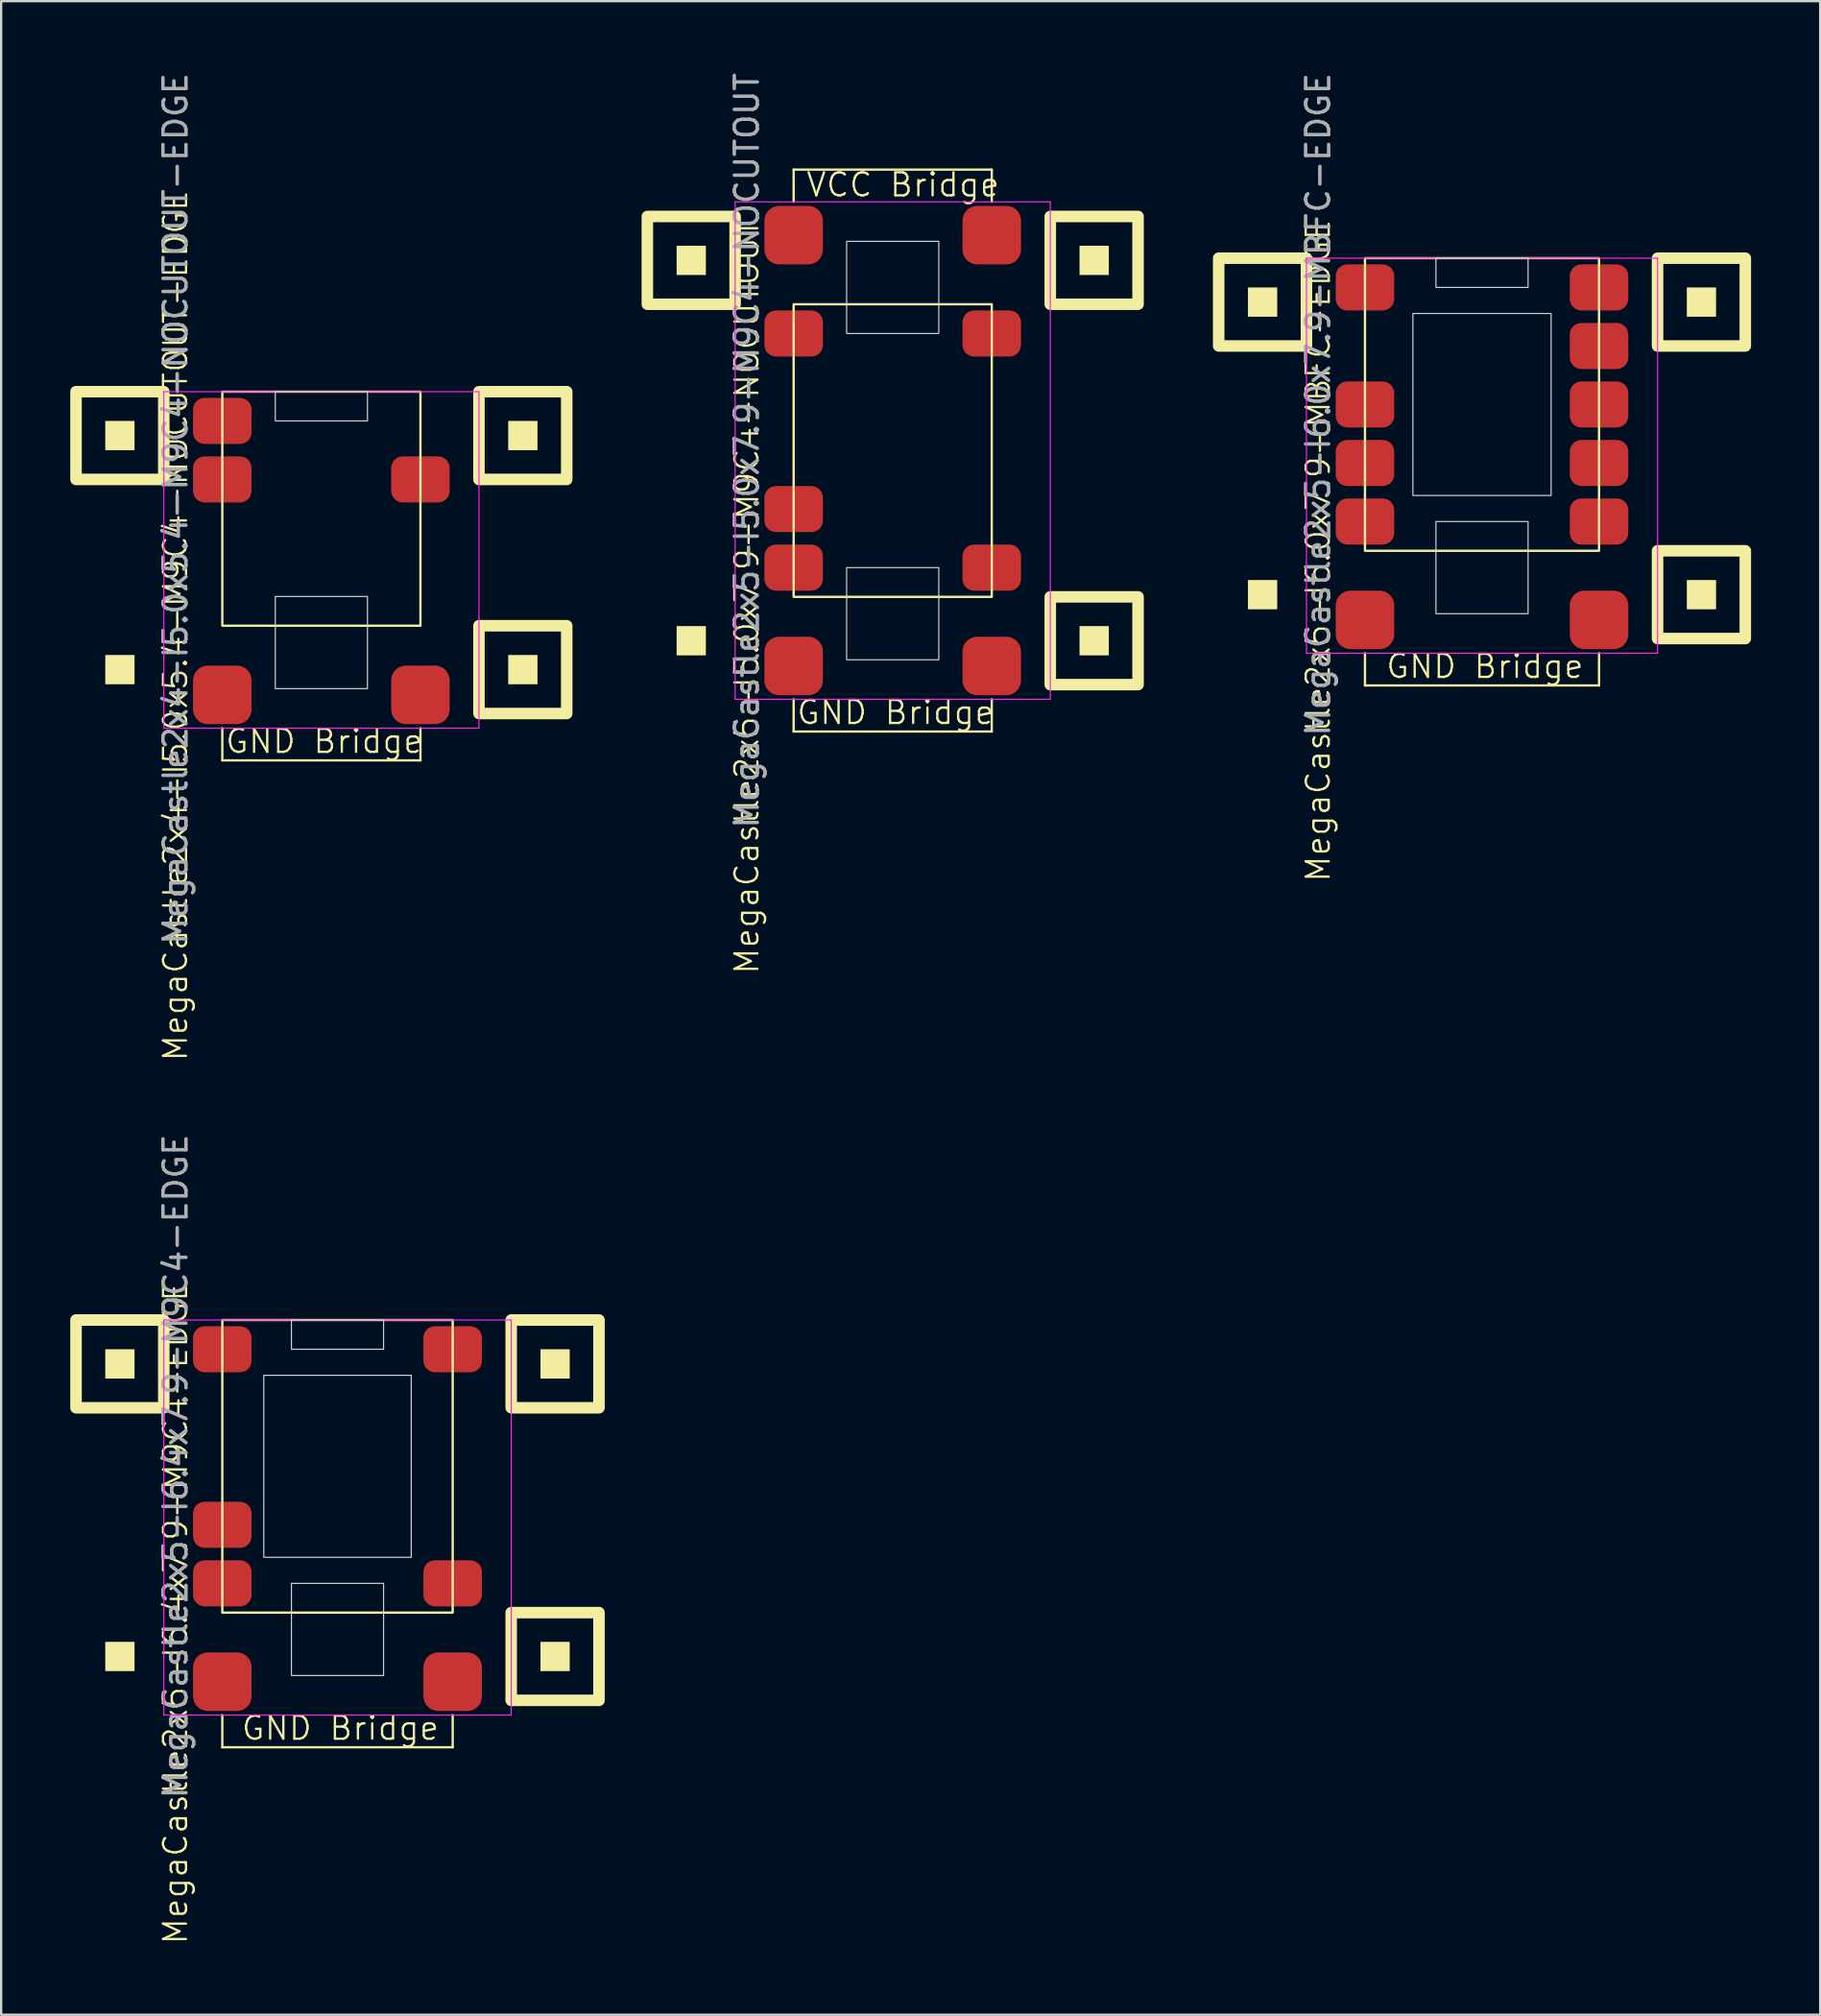
<source format=kicad_pcb>
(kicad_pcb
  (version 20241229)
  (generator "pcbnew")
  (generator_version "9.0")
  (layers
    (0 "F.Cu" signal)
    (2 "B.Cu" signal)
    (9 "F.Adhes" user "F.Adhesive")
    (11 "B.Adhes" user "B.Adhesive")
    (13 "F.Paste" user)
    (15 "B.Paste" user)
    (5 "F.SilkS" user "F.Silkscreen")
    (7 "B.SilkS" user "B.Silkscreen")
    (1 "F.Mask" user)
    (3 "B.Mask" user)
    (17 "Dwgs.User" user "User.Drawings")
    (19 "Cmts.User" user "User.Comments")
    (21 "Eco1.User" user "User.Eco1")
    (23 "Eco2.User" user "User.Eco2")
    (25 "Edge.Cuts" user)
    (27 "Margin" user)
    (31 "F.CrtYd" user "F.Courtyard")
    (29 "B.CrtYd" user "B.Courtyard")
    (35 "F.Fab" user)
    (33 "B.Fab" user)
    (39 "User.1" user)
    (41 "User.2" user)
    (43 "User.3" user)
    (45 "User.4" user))
  (footprint "MegaCastle2x4-I5.0x5.4-M9C4-NOCUTOUT-EDGE"
    (layer "F.Cu")
    (at 10.9 19.03)
    (property "Reference" "MegaCastle2x4-I5.0x5.4-M9C4-NOCUTOUT-EDGE" (at -6.332 5.08 90) (unlocked yes) (layer "F.SilkS") (effects (font (size 1 1) (thickness 0.1))))
    (attr smd)
    (fp_line (start -4.3 9.525) (end -4.3 10.925) (stroke (width 0.1) (type default)) (layer "F.SilkS"))
    (fp_line (start -4.3 10.925) (end 4.3 10.925) (stroke (width 0.1) (type default)) (layer "F.SilkS"))
    (fp_line (start 4.3 9.525) (end 4.3 10.925) (stroke (width 0.1) (type default)) (layer "F.SilkS"))
    (fp_rect (start -8.11 -2.54) (end -9.38 -3.81) (stroke (width 0) (type solid)) (fill yes) (layer "F.SilkS"))
    (fp_rect (start -8.11 7.62) (end -9.38 6.35) (stroke (width 0) (type solid)) (fill yes) (layer "F.SilkS"))
    (fp_rect (start -6.84 -1.27) (end -10.65 -5.08) (stroke (width 0.5) (type default)) (fill no) (layer "F.SilkS"))
    (fp_rect (start -4.3 -5.08) (end 4.3 5.08) (stroke (width 0.1) (type default)) (fill no) (layer "F.SilkS"))
    (fp_rect (start 9.38 -2.54) (end 8.11 -3.81) (stroke (width 0) (type solid)) (fill yes) (layer "F.SilkS"))
    (fp_rect (start 9.38 7.62) (end 8.11 6.35) (stroke (width 0) (type solid)) (fill yes) (layer "F.SilkS"))
    (fp_rect (start 10.65 -1.27) (end 6.84 -5.08) (stroke (width 0.5) (type default)) (fill no) (layer "F.SilkS"))
    (fp_rect (start 10.65 8.89) (end 6.84 5.08) (stroke (width 0.5) (type default)) (fill no) (layer "F.SilkS"))
    (fp_rect (start -2 -3.81) (end 2 -5.08) (stroke (width 0.05) (type default)) (fill no) (layer "Edge.Cuts"))
    (fp_rect (start -2 3.81) (end 2 7.81) (stroke (width 0.05) (type default)) (fill no) (layer "Edge.Cuts"))
    (fp_line (start -6.84 -5.08) (end -6.84 9.525) (stroke (width 0.05) (type default)) (layer "F.CrtYd"))
    (fp_line (start -6.84 9.525) (end 6.84 9.525) (stroke (width 0.05) (type default)) (layer "F.CrtYd"))
    (fp_line (start 6.84 -5.08) (end -6.84 -5.08) (stroke (width 0.05) (type default)) (layer "F.CrtYd"))
    (fp_line (start 6.84 -5.08) (end 6.84 9.525) (stroke (width 0.05) (type default)) (layer "F.CrtYd"))
    (fp_text user "GND Bridge" (at -4.226 10.68 0) (unlocked yes) (layer "F.SilkS") (effects (font (size 1 1) (thickness 0.1)) (justify left bottom)))
    (fp_text user "${REFERENCE}" (at -6.332 0 90) (unlocked yes) (layer "F.Fab") (effects (font (size 1 1) (thickness 0.15))))
    (pad "1" smd roundrect (at -4.3 -3.81) (size 2.54 2) (layers "F.Cu" "F.Mask" "F.Paste") (roundrect_rratio 0.25))
    (pad "2" smd roundrect (at -4.3 -1.27) (size 2.54 2) (layers "F.Cu" "F.Mask" "F.Paste") (roundrect_rratio 0.25))
    (pad "6" smd roundrect (at 4.3 -1.27) (size 2.54 2) (layers "F.Cu" "F.Mask" "F.Paste") (roundrect_rratio 0.25))
    (pad "B1" smd roundrect (at -4.3 8.08) (size 2.54 2.54) (layers "F.Cu" "F.Mask" "F.Paste") (roundrect_rratio 0.25))
    (pad "B2" smd roundrect (at 4.3 8.08) (size 2.54 2.54) (layers "F.Cu" "F.Mask" "F.Paste") (roundrect_rratio 0.25)))
  (footprint "MegaCastle2x5-I6.4x7.9-M9C4-EDGE"
    (layer "F.Cu")
    (at 11.6 60.594)
    (property "Reference" "MegaCastle2x5-I6.4x7.9-M9C4-EDGE" (at -7.032 6.35 90) (unlocked yes) (layer "F.SilkS") (effects (font (size 1 1) (thickness 0.1))))
    (attr smd)
    (fp_line (start -5 10.795) (end -5 12.195) (stroke (width 0.1) (type default)) (layer "F.SilkS"))
    (fp_line (start -5 12.195) (end 5 12.195) (stroke (width 0.1) (type default)) (layer "F.SilkS"))
    (fp_line (start 5 10.795) (end 5 12.195) (stroke (width 0.1) (type default)) (layer "F.SilkS"))
    (fp_rect (start -8.81 -3.81) (end -10.08 -5.08) (stroke (width 0) (type solid)) (fill yes) (layer "F.SilkS"))
    (fp_rect (start -8.81 8.89) (end -10.08 7.62) (stroke (width 0) (type solid)) (fill yes) (layer "F.SilkS"))
    (fp_rect (start -7.54 -2.54) (end -11.35 -6.35) (stroke (width 0.5) (type default)) (fill no) (layer "F.SilkS"))
    (fp_rect (start -5 -6.35) (end 5 6.35) (stroke (width 0.1) (type default)) (fill no) (layer "F.SilkS"))
    (fp_rect (start 10.08 -3.81) (end 8.81 -5.08) (stroke (width 0) (type solid)) (fill yes) (layer "F.SilkS"))
    (fp_rect (start 10.08 8.89) (end 8.81 7.62) (stroke (width 0) (type solid)) (fill yes) (layer "F.SilkS"))
    (fp_rect (start 11.35 -2.54) (end 7.54 -6.35) (stroke (width 0.5) (type default)) (fill no) (layer "F.SilkS"))
    (fp_rect (start 11.35 10.16) (end 7.54 6.35) (stroke (width 0.5) (type default)) (fill no) (layer "F.SilkS"))
    (fp_rect (start -3.2 -3.95) (end 3.2 3.95) (stroke (width 0.05) (type default)) (fill no) (layer "Edge.Cuts"))
    (fp_rect (start -2 -5.08) (end 2 -6.35) (stroke (width 0.05) (type default)) (fill no) (layer "Edge.Cuts"))
    (fp_rect (start -2 5.08) (end 2 9.08) (stroke (width 0.05) (type default)) (fill no) (layer "Edge.Cuts"))
    (fp_line (start -7.54 -6.35) (end -7.54 10.795) (stroke (width 0.05) (type default)) (layer "F.CrtYd"))
    (fp_line (start -7.54 10.795) (end 7.54 10.795) (stroke (width 0.05) (type default)) (layer "F.CrtYd"))
    (fp_line (start 7.54 -6.35) (end -7.54 -6.35) (stroke (width 0.05) (type default)) (layer "F.CrtYd"))
    (fp_line (start 7.54 -6.35) (end 7.54 10.795) (stroke (width 0.05) (type default)) (layer "F.CrtYd"))
    (fp_text user "GND Bridge" (at -4.226 11.95 0) (unlocked yes) (layer "F.SilkS") (effects (font (size 1 1) (thickness 0.1)) (justify left bottom)))
    (fp_text user "${REFERENCE}" (at -7.032 0 90) (unlocked yes) (layer "F.Fab") (effects (font (size 1 1) (thickness 0.15))))
    (pad "1" smd roundrect (at -5 -5.08) (size 2.54 2) (layers "F.Cu" "F.Mask" "F.Paste") (roundrect_rratio 0.25))
    (pad "4" smd roundrect (at -5 2.54) (size 2.54 2) (layers "F.Cu" "F.Mask" "F.Paste") (roundrect_rratio 0.25))
    (pad "5" smd roundrect (at -5 5.08) (size 2.54 2) (layers "F.Cu" "F.Mask" "F.Paste") (roundrect_rratio 0.25))
    (pad "6" smd roundrect (at 5 -5.08) (size 2.54 2) (layers "F.Cu" "F.Mask" "F.Paste") (roundrect_rratio 0.25))
    (pad "10" smd roundrect (at 5 5.08) (size 2.54 2) (layers "F.Cu" "F.Mask" "F.Paste") (roundrect_rratio 0.25))
    (pad "B1" smd roundrect (at -5 9.35) (size 2.54 2.54) (layers "F.Cu" "F.Mask" "F.Paste") (roundrect_rratio 0.25))
    (pad "B2" smd roundrect (at 5 9.35) (size 2.54 2.54) (layers "F.Cu" "F.Mask" "F.Paste") (roundrect_rratio 0.25)))
  (footprint "MegaCastle2x5-I6.0x7.9-MBFC-EDGE"
    (layer "F.Cu")
    (at 61.28 14.506)
    (property "Reference" "MegaCastle2x5-I6.0x7.9-MBFC-EDGE" (at -7.112 6.35 90) (unlocked yes) (layer "F.SilkS") (effects (font (size 1 1) (thickness 0.1))))
    (attr smd)
    (fp_line (start -5.08 10.795) (end -5.08 12.195) (stroke (width 0.1) (type default)) (layer "F.SilkS"))
    (fp_line (start -5.08 12.195) (end 5.08 12.195) (stroke (width 0.1) (type default)) (layer "F.SilkS"))
    (fp_line (start 5.08 10.795) (end 5.08 12.195) (stroke (width 0.1) (type default)) (layer "F.SilkS"))
    (fp_rect (start -8.89 -3.81) (end -10.16 -5.08) (stroke (width 0) (type solid)) (fill yes) (layer "F.SilkS"))
    (fp_rect (start -8.89 8.89) (end -10.16 7.62) (stroke (width 0) (type solid)) (fill yes) (layer "F.SilkS"))
    (fp_rect (start -7.62 -2.54) (end -11.43 -6.35) (stroke (width 0.5) (type default)) (fill no) (layer "F.SilkS"))
    (fp_rect (start -5.08 -6.35) (end 5.08 6.35) (stroke (width 0.1) (type default)) (fill no) (layer "F.SilkS"))
    (fp_rect (start 10.16 -3.81) (end 8.89 -5.08) (stroke (width 0) (type solid)) (fill yes) (layer "F.SilkS"))
    (fp_rect (start 10.16 8.89) (end 8.89 7.62) (stroke (width 0) (type solid)) (fill yes) (layer "F.SilkS"))
    (fp_rect (start 11.43 -2.54) (end 7.62 -6.35) (stroke (width 0.5) (type default)) (fill no) (layer "F.SilkS"))
    (fp_rect (start 11.43 10.16) (end 7.62 6.35) (stroke (width 0.5) (type default)) (fill no) (layer "F.SilkS"))
    (fp_rect (start -3 -3.95) (end 3 3.95) (stroke (width 0.05) (type default)) (fill no) (layer "Edge.Cuts"))
    (fp_rect (start -2 -5.08) (end 2 -6.35) (stroke (width 0.05) (type default)) (fill no) (layer "Edge.Cuts"))
    (fp_rect (start -2 5.08) (end 2 9.08) (stroke (width 0.05) (type default)) (fill no) (layer "Edge.Cuts"))
    (fp_line (start -7.62 -6.35) (end -7.62 10.795) (stroke (width 0.05) (type default)) (layer "F.CrtYd"))
    (fp_line (start -7.62 10.795) (end 7.62 10.795) (stroke (width 0.05) (type default)) (layer "F.CrtYd"))
    (fp_line (start 7.62 -6.35) (end -7.62 -6.35) (stroke (width 0.05) (type default)) (layer "F.CrtYd"))
    (fp_line (start 7.62 -6.35) (end 7.62 10.795) (stroke (width 0.05) (type default)) (layer "F.CrtYd"))
    (fp_text user "GND Bridge" (at -4.226 11.95 0) (unlocked yes) (layer "F.SilkS") (effects (font (size 1 1) (thickness 0.1)) (justify left bottom)))
    (fp_text user "${REFERENCE}" (at -7.112 0 90) (unlocked yes) (layer "F.Fab") (effects (font (size 1 1) (thickness 0.15))))
    (pad "1" smd roundrect (at -5.08 -5.08) (size 2.54 2) (layers "F.Cu" "F.Mask" "F.Paste") (roundrect_rratio 0.25))
    (pad "3" smd roundrect (at -5.08 0) (size 2.54 2) (layers "F.Cu" "F.Mask" "F.Paste") (roundrect_rratio 0.25))
    (pad "4" smd roundrect (at -5.08 2.54) (size 2.54 2) (layers "F.Cu" "F.Mask" "F.Paste") (roundrect_rratio 0.25))
    (pad "5" smd roundrect (at -5.08 5.08) (size 2.54 2) (layers "F.Cu" "F.Mask" "F.Paste") (roundrect_rratio 0.25))
    (pad "6" smd roundrect (at 5.08 -5.08) (size 2.54 2) (layers "F.Cu" "F.Mask" "F.Paste") (roundrect_rratio 0.25))
    (pad "7" smd roundrect (at 5.08 -2.54) (size 2.54 2) (layers "F.Cu" "F.Mask" "F.Paste") (roundrect_rratio 0.25))
    (pad "8" smd roundrect (at 5.08 0) (size 2.54 2) (layers "F.Cu" "F.Mask" "F.Paste") (roundrect_rratio 0.25))
    (pad "9" smd roundrect (at 5.08 2.54) (size 2.54 2) (layers "F.Cu" "F.Mask" "F.Paste") (roundrect_rratio 0.25))
    (pad "10" smd roundrect (at 5.08 5.08) (size 2.54 2) (layers "F.Cu" "F.Mask" "F.Paste") (roundrect_rratio 0.25))
    (pad "B1" smd roundrect (at -5.08 9.35) (size 2.54 2.54) (layers "F.Cu" "F.Mask" "F.Paste") (roundrect_rratio 0.25))
    (pad "B2" smd roundrect (at 5.08 9.35) (size 2.54 2.54) (layers "F.Cu" "F.Mask" "F.Paste") (roundrect_rratio 0.25)))
  (footprint "MegaCastle2x5-I5.0x7.9-M9C4-NOCUTOUT"
    (layer "F.Cu")
    (at 35.7 16.506)
    (property "Reference" "MegaCastle2x5-I5.0x7.9-M9C4-NOCUTOUT" (at -6.332 6.35 90) (unlocked yes) (layer "F.SilkS") (effects (font (size 1 1) (thickness 0.1))))
    (attr smd)
    (fp_line (start -4.3 -12.195) (end 4.3 -12.195) (stroke (width 0.1) (type default)) (layer "F.SilkS"))
    (fp_line (start -4.3 -10.795) (end -4.3 -12.195) (stroke (width 0.1) (type default)) (layer "F.SilkS"))
    (fp_line (start -4.3 10.795) (end -4.3 12.195) (stroke (width 0.1) (type default)) (layer "F.SilkS"))
    (fp_line (start -4.3 12.195) (end 4.3 12.195) (stroke (width 0.1) (type default)) (layer "F.SilkS"))
    (fp_line (start 4.3 -10.795) (end 4.3 -12.195) (stroke (width 0.1) (type default)) (layer "F.SilkS"))
    (fp_line (start 4.3 10.795) (end 4.3 12.195) (stroke (width 0.1) (type default)) (layer "F.SilkS"))
    (fp_rect (start -8.11 -7.62) (end -9.38 -8.89) (stroke (width 0) (type solid)) (fill yes) (layer "F.SilkS"))
    (fp_rect (start -8.11 8.89) (end -9.38 7.62) (stroke (width 0) (type solid)) (fill yes) (layer "F.SilkS"))
    (fp_rect (start -6.84 -6.35) (end -10.65 -10.16) (stroke (width 0.5) (type default)) (fill no) (layer "F.SilkS"))
    (fp_rect (start -4.3 -6.35) (end 4.3 6.35) (stroke (width 0.1) (type default)) (fill no) (layer "F.SilkS"))
    (fp_rect (start 9.38 -7.62) (end 8.11 -8.89) (stroke (width 0) (type solid)) (fill yes) (layer "F.SilkS"))
    (fp_rect (start 9.38 8.89) (end 8.11 7.62) (stroke (width 0) (type solid)) (fill yes) (layer "F.SilkS"))
    (fp_rect (start 10.65 -6.35) (end 6.84 -10.16) (stroke (width 0.5) (type default)) (fill no) (layer "F.SilkS"))
    (fp_rect (start 10.65 10.16) (end 6.84 6.35) (stroke (width 0.5) (type default)) (fill no) (layer "F.SilkS"))
    (fp_rect (start -2 -5.08) (end 2 -9.08) (stroke (width 0.05) (type default)) (fill no) (layer "Edge.Cuts"))
    (fp_rect (start -2 5.08) (end 2 9.08) (stroke (width 0.05) (type default)) (fill no) (layer "Edge.Cuts"))
    (fp_line (start -6.84 -10.795) (end -6.84 10.795) (stroke (width 0.05) (type default)) (layer "F.CrtYd"))
    (fp_line (start -6.84 10.795) (end 6.84 10.795) (stroke (width 0.05) (type default)) (layer "F.CrtYd"))
    (fp_line (start 6.84 -10.795) (end -6.84 -10.795) (stroke (width 0.05) (type default)) (layer "F.CrtYd"))
    (fp_line (start 6.84 -10.795) (end 6.84 10.795) (stroke (width 0.05) (type default)) (layer "F.CrtYd"))
    (fp_text user "VCC Bridge" (at -3.81 -10.95 0) (unlocked yes) (layer "F.SilkS") (effects (font (size 1 1) (thickness 0.1)) (justify left bottom)))
    (fp_text user "GND Bridge" (at -4.226 11.95 0) (unlocked yes) (layer "F.SilkS") (effects (font (size 1 1) (thickness 0.1)) (justify left bottom)))
    (fp_text user "${REFERENCE}" (at -6.332 0 90) (unlocked yes) (layer "F.Fab") (effects (font (size 1 1) (thickness 0.15))))
    (pad "1" smd roundrect (at -4.3 -5.08) (size 2.54 2) (layers "F.Cu" "F.Mask" "F.Paste") (roundrect_rratio 0.25))
    (pad "4" smd roundrect (at -4.3 2.54) (size 2.54 2) (layers "F.Cu" "F.Mask" "F.Paste") (roundrect_rratio 0.25))
    (pad "5" smd roundrect (at -4.3 5.08) (size 2.54 2) (layers "F.Cu" "F.Mask" "F.Paste") (roundrect_rratio 0.25))
    (pad "6" smd roundrect (at 4.3 -5.08) (size 2.54 2) (layers "F.Cu" "F.Mask" "F.Paste") (roundrect_rratio 0.25))
    (pad "10" smd roundrect (at 4.3 5.08) (size 2.54 2) (layers "F.Cu" "F.Mask" "F.Paste") (roundrect_rratio 0.25))
    (pad "A1" smd roundrect (at -4.3 -9.35) (size 2.54 2.54) (layers "F.Cu" "F.Mask" "F.Paste") (roundrect_rratio 0.25))
    (pad "A2" smd roundrect (at 4.3 -9.35) (size 2.54 2.54) (layers "F.Cu" "F.Mask" "F.Paste") (roundrect_rratio 0.25))
    (pad "B1" smd roundrect (at -4.3 9.35) (size 2.54 2.54) (layers "F.Cu" "F.Mask" "F.Paste") (roundrect_rratio 0.25))
    (pad "B2" smd roundrect (at 4.3 9.35) (size 2.54 2.54) (layers "F.Cu" "F.Mask" "F.Paste") (roundrect_rratio 0.25)))
  (gr_rect
    (start -3 -3)
    (end 75.96 84.399)
    (stroke (width 0.1) (type default))
    (fill no)
    (layer "Edge.Cuts")))
</source>
